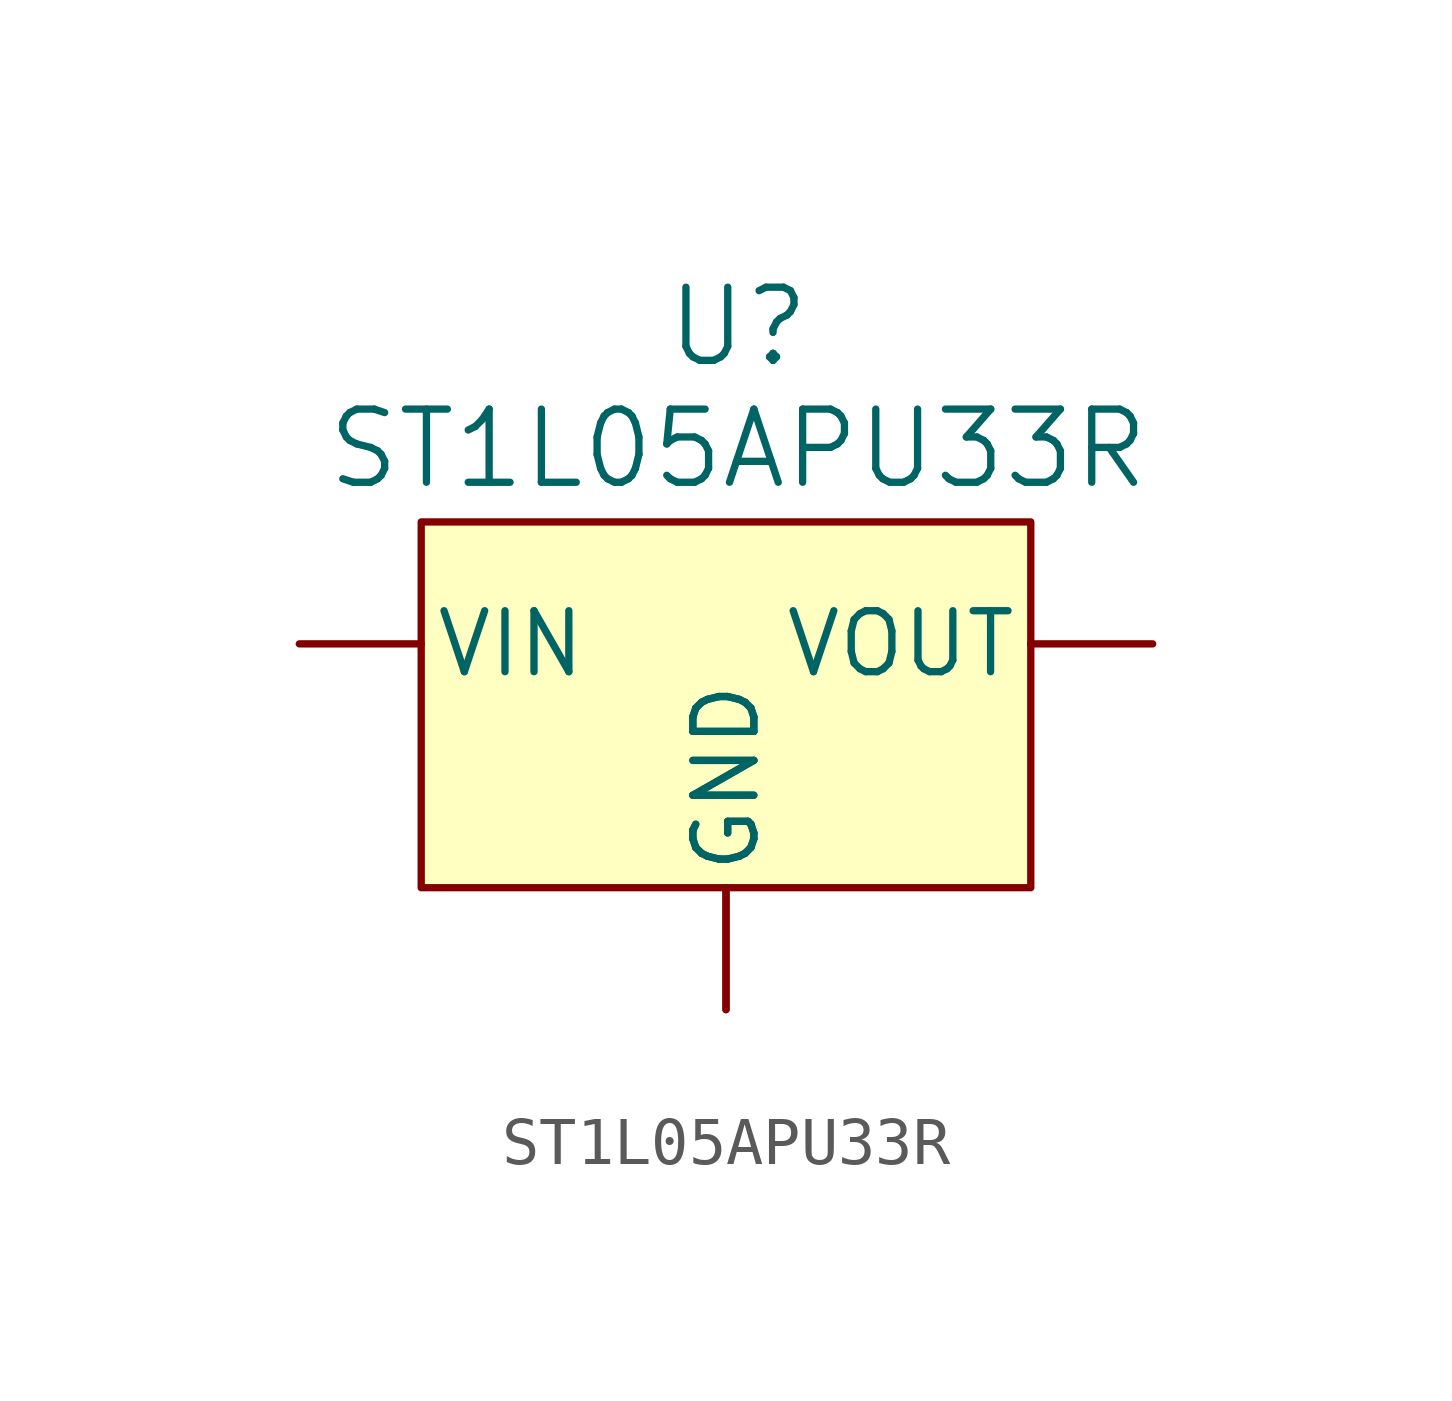
<source format=kicad_sym>
(kicad_symbol_lib
  (version 20231120)
  (generator "kicad_symbol_editor")
  (generator_version "8.0")
  (symbol "ST1L05APU33R"
    (pin_numbers hide)
    (pin_names
      (offset 0.254))
    (property "Reference" "U"
      (at 9.144 6.604 0)
      (effects (font (size 1.524 1.524))))
    (property "Value" "ST1L05APU33R"
      (at 9.144 4.064 0)
      (effects (font (size 1.524 1.524))))
    (symbol "ST1L05APU33R_0_1"
      (pin power_out line (at 8.89 -7.62 90) (length 2.54) (name "GND" (effects (font (size 1.27 1.27)))) (number "6" (effects (font (size 1.27 1.27)))))
      (pin power_out line (at 8.89 -7.62 90) (length 2.54) (name "GND" (effects (font (size 1.27 1.27)))) (number "7" (effects (font (size 1.27 1.27))))))
    (symbol "ST1L05APU33R_1_1"
      (rectangle (start 2.54 2.54) (end 15.24 -5.08) (stroke (width 0) (type default)) (fill (type background)))
      (pin no_connect line (at 17.78 -3.81 180) (length 2.54) hide (name "NC" (effects (font (size 1.27 1.27)))) (number "1" (effects (font (size 1.27 1.27)))))
      (pin power_out line (at 17.78 0 180) (length 2.54) (name "VOUT" (effects (font (size 1.27 1.27)))) (number "2" (effects (font (size 1.27 1.27)))))
      (pin power_in line (at 0 0 0) (length 2.54) (name "VIN" (effects (font (size 1.27 1.27)))) (number "3" (effects (font (size 1.27 1.27)))))
      (pin no_connect line (at 17.78 -3.81 180) (length 2.54) hide (name "NC" (effects (font (size 1.27 1.27)))) (number "4" (effects (font (size 1.27 1.27)))))
      (pin no_connect line (at 17.78 -3.81 180) (length 2.54) hide (name "NC" (effects (font (size 1.27 1.27)))) (number "5" (effects (font (size 1.27 1.27))))))))
</source>
